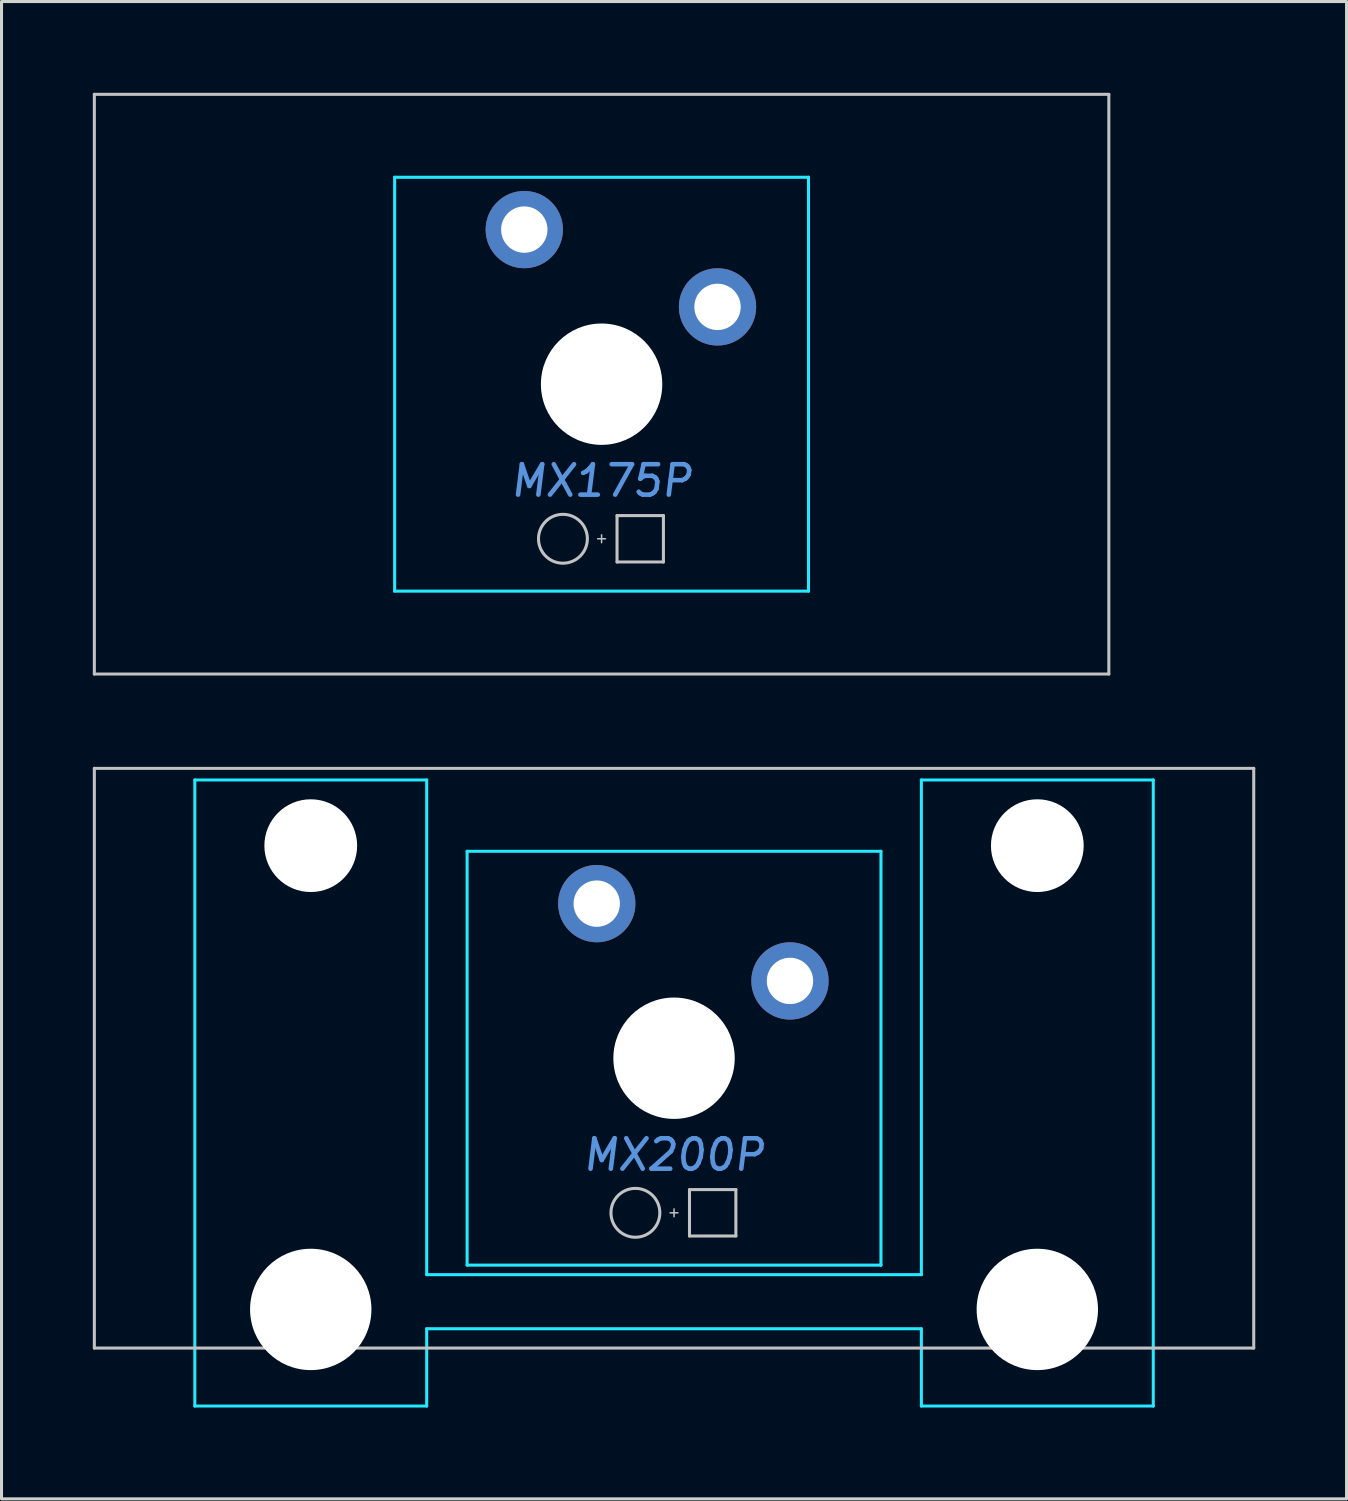
<source format=kicad_pcb>
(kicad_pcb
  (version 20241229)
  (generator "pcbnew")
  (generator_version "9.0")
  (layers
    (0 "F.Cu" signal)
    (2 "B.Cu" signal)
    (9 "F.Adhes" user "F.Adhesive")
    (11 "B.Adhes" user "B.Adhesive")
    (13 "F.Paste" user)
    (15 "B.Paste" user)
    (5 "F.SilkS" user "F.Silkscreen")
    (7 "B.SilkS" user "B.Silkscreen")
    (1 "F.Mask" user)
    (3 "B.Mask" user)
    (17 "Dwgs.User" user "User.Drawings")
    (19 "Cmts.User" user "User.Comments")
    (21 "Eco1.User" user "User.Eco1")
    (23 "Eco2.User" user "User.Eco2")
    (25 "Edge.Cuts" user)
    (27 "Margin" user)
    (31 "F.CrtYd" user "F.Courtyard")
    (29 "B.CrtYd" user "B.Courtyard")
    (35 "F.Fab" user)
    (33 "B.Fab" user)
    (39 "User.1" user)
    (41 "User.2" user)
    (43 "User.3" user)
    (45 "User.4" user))
  (footprint "MX175P"
    (layer "F.Cu")
    (at 16.719 9.575)
    (property "Reference" "MX175P" (at 0 3.175 0) (layer "Cmts.User") (effects (font (size 1 1) (thickness 0.15) (italic yes))))
    (attr through_hole)
    (fp_line (start -16.669 -9.525) (end -16.669 9.525) (stroke (width 0.1) (type solid)) (layer "Dwgs.User"))
    (fp_line (start -16.669 -9.525) (end 16.669 -9.525) (stroke (width 0.1) (type solid)) (layer "Dwgs.User"))
    (fp_line (start -16.669 9.525) (end 16.669 9.525) (stroke (width 0.1) (type solid)) (layer "Dwgs.User"))
    (fp_line (start -0.127 5.08) (end 0.127 5.08) (stroke (width 0.05) (type solid)) (layer "Dwgs.User"))
    (fp_line (start 0 4.953) (end 0 5.207) (stroke (width 0.05) (type solid)) (layer "Dwgs.User"))
    (fp_line (start 0.508 4.318) (end 0.508 5.842) (stroke (width 0.1) (type solid)) (layer "Dwgs.User"))
    (fp_line (start 0.508 4.318) (end 2.032 4.318) (stroke (width 0.1) (type solid)) (layer "Dwgs.User"))
    (fp_line (start 0.508 5.842) (end 2.032 5.842) (stroke (width 0.1) (type solid)) (layer "Dwgs.User"))
    (fp_line (start 2.032 5.842) (end 2.032 4.318) (stroke (width 0.1) (type solid)) (layer "Dwgs.User"))
    (fp_line (start 16.669 -9.525) (end 16.669 9.525) (stroke (width 0.1) (type solid)) (layer "Dwgs.User"))
    (fp_circle (center -1.27 5.08) (end -0.467 5.08) (stroke (width 0.1) (type solid)) (fill no) (layer "Dwgs.User"))
    (fp_line (start -8.001 -5.715) (end -8.001 -3.175) (stroke (width 0.1) (type solid)) (layer "Eco1.User"))
    (fp_line (start -8.001 5.715) (end -8.001 3.175) (stroke (width 0.1) (type solid)) (layer "Eco1.User"))
    (fp_line (start -7.747 -5.969) (end -7.239 -5.969) (stroke (width 0.1) (type solid)) (layer "Eco1.User"))
    (fp_line (start -7.747 -2.921) (end -7.239 -2.921) (stroke (width 0.1) (type solid)) (layer "Eco1.User"))
    (fp_line (start -7.747 2.921) (end -7.239 2.921) (stroke (width 0.1) (type solid)) (layer "Eco1.User"))
    (fp_line (start -7.747 5.969) (end -7.239 5.969) (stroke (width 0.1) (type solid)) (layer "Eco1.User"))
    (fp_line (start -6.985 -6.223) (end -6.985 -6.731) (stroke (width 0.1) (type solid)) (layer "Eco1.User"))
    (fp_line (start -6.985 -2.667) (end -6.985 2.667) (stroke (width 0.1) (type solid)) (layer "Eco1.User"))
    (fp_line (start -6.985 6.223) (end -6.985 6.731) (stroke (width 0.1) (type solid)) (layer "Eco1.User"))
    (fp_line (start -2.159 0) (end 2.159 0) (stroke (width 0.1) (type solid)) (layer "Eco1.User"))
    (fp_line (start 0 -2.286) (end 0 2.286) (stroke (width 0.1) (type solid)) (layer "Eco1.User"))
    (fp_line (start 6.731 -6.985) (end -6.731 -6.985) (stroke (width 0.1) (type solid)) (layer "Eco1.User"))
    (fp_line (start 6.731 6.985) (end -6.731 6.985) (stroke (width 0.1) (type solid)) (layer "Eco1.User"))
    (fp_line (start 6.985 -6.223) (end 6.985 -6.731) (stroke (width 0.1) (type solid)) (layer "Eco1.User"))
    (fp_line (start 6.985 2.667) (end 6.985 -2.667) (stroke (width 0.1) (type solid)) (layer "Eco1.User"))
    (fp_line (start 6.985 6.223) (end 6.985 6.731) (stroke (width 0.1) (type solid)) (layer "Eco1.User"))
    (fp_line (start 7.747 -5.969) (end 7.239 -5.969) (stroke (width 0.1) (type solid)) (layer "Eco1.User"))
    (fp_line (start 7.747 -2.921) (end 7.239 -2.921) (stroke (width 0.1) (type solid)) (layer "Eco1.User"))
    (fp_line (start 7.747 2.921) (end 7.239 2.921) (stroke (width 0.1) (type solid)) (layer "Eco1.User"))
    (fp_line (start 7.747 5.969) (end 7.239 5.969) (stroke (width 0.1) (type solid)) (layer "Eco1.User"))
    (fp_line (start 8.001 -5.715) (end 8.001 -3.175) (stroke (width 0.1) (type solid)) (layer "Eco1.User"))
    (fp_line (start 8.001 5.715) (end 8.001 3.175) (stroke (width 0.1) (type solid)) (layer "Eco1.User"))
    (fp_arc (start -8.001 -5.715) (mid -7.926605 -5.894605) (end -7.747 -5.969) (stroke (width 0.1) (type solid)) (layer "Eco1.User"))
    (fp_arc (start -8.001 3.175) (mid -7.926605 2.995395) (end -7.747 2.921) (stroke (width 0.1) (type solid)) (layer "Eco1.User"))
    (fp_arc (start -7.747 -2.921) (mid -7.926605 -2.995395) (end -8.001 -3.175) (stroke (width 0.1) (type solid)) (layer "Eco1.User"))
    (fp_arc (start -7.747 5.969) (mid -7.926605 5.894605) (end -8.001 5.715) (stroke (width 0.1) (type solid)) (layer "Eco1.User"))
    (fp_arc (start -7.239 -2.921) (mid -7.059395 -2.846605) (end -6.985 -2.667) (stroke (width 0.1) (type solid)) (layer "Eco1.User"))
    (fp_arc (start -7.239 5.969) (mid -7.059395 6.043395) (end -6.985 6.223) (stroke (width 0.1) (type solid)) (layer "Eco1.User"))
    (fp_arc (start -6.985 -6.731) (mid -6.910605 -6.910605) (end -6.731 -6.985) (stroke (width 0.1) (type solid)) (layer "Eco1.User"))
    (fp_arc (start -6.985 -6.223) (mid -7.059395 -6.043395) (end -7.239 -5.969) (stroke (width 0.1) (type solid)) (layer "Eco1.User"))
    (fp_arc (start -6.985 2.667) (mid -7.059395 2.846605) (end -7.239 2.921) (stroke (width 0.1) (type solid)) (layer "Eco1.User"))
    (fp_arc (start -6.731 6.985) (mid -6.910605 6.910605) (end -6.985 6.731) (stroke (width 0.1) (type solid)) (layer "Eco1.User"))
    (fp_arc (start 6.731 -6.985) (mid 6.910605 -6.910605) (end 6.985 -6.731) (stroke (width 0.1) (type solid)) (layer "Eco1.User"))
    (fp_arc (start 6.985 -2.667) (mid 7.059395 -2.846605) (end 7.239 -2.921) (stroke (width 0.1) (type solid)) (layer "Eco1.User"))
    (fp_arc (start 6.985 6.223) (mid 7.059395 6.043395) (end 7.239 5.969) (stroke (width 0.1) (type solid)) (layer "Eco1.User"))
    (fp_arc (start 6.985 6.731) (mid 6.910605 6.910605) (end 6.731 6.985) (stroke (width 0.1) (type solid)) (layer "Eco1.User"))
    (fp_arc (start 7.239 -5.969) (mid 7.059395 -6.043395) (end 6.985 -6.223) (stroke (width 0.1) (type solid)) (layer "Eco1.User"))
    (fp_arc (start 7.239 2.921) (mid 7.059395 2.846605) (end 6.985 2.667) (stroke (width 0.1) (type solid)) (layer "Eco1.User"))
    (fp_arc (start 7.747 -5.969) (mid 7.926605 -5.894605) (end 8.001 -5.715) (stroke (width 0.1) (type solid)) (layer "Eco1.User"))
    (fp_arc (start 7.747 2.921) (mid 7.926605 2.995395) (end 8.001 3.175) (stroke (width 0.1) (type solid)) (layer "Eco1.User"))
    (fp_arc (start 8.001 -3.175) (mid 7.926605 -2.995395) (end 7.747 -2.921) (stroke (width 0.1) (type solid)) (layer "Eco1.User"))
    (fp_arc (start 8.001 5.715) (mid 7.926605 5.894605) (end 7.747 5.969) (stroke (width 0.1) (type solid)) (layer "Eco1.User"))
    (fp_circle (center 0 0) (end 1.905 0) (stroke (width 0.1) (type solid)) (fill no) (layer "Eco1.User"))
    (fp_line (start -6.8 -6.8) (end 6.8 -6.8) (stroke (width 0.1) (type solid)) (layer "B.CrtYd"))
    (fp_line (start -6.8 6.8) (end -6.8 -6.8) (stroke (width 0.1) (type solid)) (layer "B.CrtYd"))
    (fp_line (start -6.8 6.8) (end 6.8 6.8) (stroke (width 0.1) (type solid)) (layer "B.CrtYd"))
    (fp_line (start 6.8 6.8) (end 6.8 -6.8) (stroke (width 0.1) (type solid)) (layer "B.CrtYd"))
    (pad "" np_thru_hole circle (at 0 0) (size 3.988 3.988) (drill 3.988) (layers "*.Cu" "*.Mask"))
    (pad "1" thru_hole circle (at -2.54 -5.08) (size 2.54 2.54) (drill 1.524) (layers "*.Cu" "*.Mask"))
    (pad "2" thru_hole circle (at 3.81 -2.54) (size 2.54 2.54) (drill 1.524) (layers "*.Cu" "*.Mask")))
  (footprint "MX200P"
    (layer "F.Cu")
    (at 19.1 31.725)
    (property "Reference" "MX200P" (at 0 3.175 0) (layer "Cmts.User") (effects (font (size 1 1) (thickness 0.15) (italic yes))))
    (attr through_hole)
    (fp_line (start -19.05 -9.525) (end -19.05 9.525) (stroke (width 0.1) (type solid)) (layer "Dwgs.User"))
    (fp_line (start -19.05 -9.525) (end 19.05 -9.525) (stroke (width 0.1) (type solid)) (layer "Dwgs.User"))
    (fp_line (start -19.05 9.525) (end 19.05 9.525) (stroke (width 0.1) (type solid)) (layer "Dwgs.User"))
    (fp_line (start -0.127 5.08) (end 0.127 5.08) (stroke (width 0.05) (type solid)) (layer "Dwgs.User"))
    (fp_line (start 0 5.207) (end 0 4.953) (stroke (width 0.05) (type solid)) (layer "Dwgs.User"))
    (fp_line (start 0.508 4.318) (end 0.508 5.842) (stroke (width 0.1) (type solid)) (layer "Dwgs.User"))
    (fp_line (start 0.508 4.318) (end 2.032 4.318) (stroke (width 0.1) (type solid)) (layer "Dwgs.User"))
    (fp_line (start 0.508 5.842) (end 2.032 5.842) (stroke (width 0.1) (type solid)) (layer "Dwgs.User"))
    (fp_line (start 2.032 5.842) (end 2.032 4.318) (stroke (width 0.1) (type solid)) (layer "Dwgs.User"))
    (fp_line (start 19.05 -9.525) (end 19.05 9.525) (stroke (width 0.1) (type solid)) (layer "Dwgs.User"))
    (fp_circle (center -1.27 5.08) (end -0.467 5.08) (stroke (width 0.1) (type solid)) (fill no) (layer "Dwgs.User"))
    (fp_line (start -17.17 -0.889) (end -17.17 -2.921) (stroke (width 0.1) (type solid)) (layer "Eco1.User"))
    (fp_line (start -16.789 -3.302) (end -16.535 -3.302) (stroke (width 0.1) (type solid)) (layer "Eco1.User"))
    (fp_line (start -16.535 -0.508) (end -16.789 -0.508) (stroke (width 0.1) (type solid)) (layer "Eco1.User"))
    (fp_line (start -16.154 -3.683) (end -16.154 -5.309) (stroke (width 0.1) (type solid)) (layer "Eco1.User"))
    (fp_line (start -16.154 6.223) (end -16.154 -0.127) (stroke (width 0.1) (type solid)) (layer "Eco1.User"))
    (fp_line (start -15.773 -5.69) (end -9.881 -5.69) (stroke (width 0.1) (type solid)) (layer "Eco1.User"))
    (fp_line (start -14.732 6.604) (end -15.773 6.604) (stroke (width 0.1) (type solid)) (layer "Eco1.User"))
    (fp_line (start -14.351 7.391) (end -14.351 6.985) (stroke (width 0.1) (type solid)) (layer "Eco1.User"))
    (fp_line (start -11.684 7.772) (end -13.97 7.772) (stroke (width 0.1) (type solid)) (layer "Eco1.User"))
    (fp_line (start -11.303 6.985) (end -11.303 7.391) (stroke (width 0.1) (type solid)) (layer "Eco1.User"))
    (fp_line (start -9.881 6.604) (end -10.922 6.604) (stroke (width 0.1) (type solid)) (layer "Eco1.User"))
    (fp_line (start -9.5 -5.309) (end -9.5 -5.258) (stroke (width 0.1) (type solid)) (layer "Eco1.User"))
    (fp_line (start -9.5 6.198) (end -9.5 6.223) (stroke (width 0.1) (type solid)) (layer "Eco1.User"))
    (fp_line (start -9.119 -4.877) (end -7.366 -4.877) (stroke (width 0.1) (type solid)) (layer "Eco1.User"))
    (fp_line (start -7.366 5.817) (end -9.119 5.817) (stroke (width 0.1) (type solid)) (layer "Eco1.User"))
    (fp_line (start -6.985 -5.258) (end -6.985 -6.604) (stroke (width 0.1) (type solid)) (layer "Eco1.User"))
    (fp_line (start -6.985 6.604) (end -6.985 6.197) (stroke (width 0.1) (type solid)) (layer "Eco1.User"))
    (fp_line (start -6.604 -6.985) (end 6.604 -6.985) (stroke (width 0.1) (type solid)) (layer "Eco1.User"))
    (fp_line (start 0 -2.159) (end 0 2.159) (stroke (width 0.1) (type solid)) (layer "Eco1.User"))
    (fp_line (start 2.159 0) (end -2.159 0) (stroke (width 0.1) (type solid)) (layer "Eco1.User"))
    (fp_line (start 6.604 6.985) (end -6.604 6.985) (stroke (width 0.1) (type solid)) (layer "Eco1.User"))
    (fp_line (start 6.985 -5.258) (end 6.985 -6.604) (stroke (width 0.1) (type solid)) (layer "Eco1.User"))
    (fp_line (start 6.985 6.604) (end 6.985 6.197) (stroke (width 0.1) (type solid)) (layer "Eco1.User"))
    (fp_line (start 7.366 5.817) (end 9.119 5.817) (stroke (width 0.1) (type solid)) (layer "Eco1.User"))
    (fp_line (start 9.119 -4.877) (end 7.366 -4.877) (stroke (width 0.1) (type solid)) (layer "Eco1.User"))
    (fp_line (start 9.5 -5.309) (end 9.5 -5.258) (stroke (width 0.1) (type solid)) (layer "Eco1.User"))
    (fp_line (start 9.5 6.198) (end 9.5 6.223) (stroke (width 0.1) (type solid)) (layer "Eco1.User"))
    (fp_line (start 9.881 6.604) (end 10.922 6.604) (stroke (width 0.1) (type solid)) (layer "Eco1.User"))
    (fp_line (start 11.303 6.985) (end 11.303 7.391) (stroke (width 0.1) (type solid)) (layer "Eco1.User"))
    (fp_line (start 11.684 7.772) (end 13.97 7.772) (stroke (width 0.1) (type solid)) (layer "Eco1.User"))
    (fp_line (start 14.351 7.391) (end 14.351 6.985) (stroke (width 0.1) (type solid)) (layer "Eco1.User"))
    (fp_line (start 14.732 6.604) (end 15.773 6.604) (stroke (width 0.1) (type solid)) (layer "Eco1.User"))
    (fp_line (start 15.773 -5.69) (end 9.881 -5.69) (stroke (width 0.1) (type solid)) (layer "Eco1.User"))
    (fp_line (start 16.154 -3.683) (end 16.154 -5.309) (stroke (width 0.1) (type solid)) (layer "Eco1.User"))
    (fp_line (start 16.154 6.223) (end 16.154 -0.127) (stroke (width 0.1) (type solid)) (layer "Eco1.User"))
    (fp_line (start 16.535 -0.508) (end 16.789 -0.508) (stroke (width 0.1) (type solid)) (layer "Eco1.User"))
    (fp_line (start 16.789 -3.302) (end 16.535 -3.302) (stroke (width 0.1) (type solid)) (layer "Eco1.User"))
    (fp_line (start 17.17 -0.889) (end 17.17 -2.921) (stroke (width 0.1) (type solid)) (layer "Eco1.User"))
    (fp_arc (start -17.1704 -2.921) (mid -17.058808 -3.190408) (end -16.7894 -3.302) (stroke (width 0.1) (type solid)) (layer "Eco1.User"))
    (fp_arc (start -16.7894 -0.508) (mid -17.058808 -0.619592) (end -17.1704 -0.889) (stroke (width 0.1) (type solid)) (layer "Eco1.User"))
    (fp_arc (start -16.5354 -0.508) (mid -16.265992 -0.396408) (end -16.1544 -0.127) (stroke (width 0.1) (type solid)) (layer "Eco1.User"))
    (fp_arc (start -16.1544 -5.3086) (mid -16.042808 -5.578008) (end -15.7734 -5.6896) (stroke (width 0.1) (type solid)) (layer "Eco1.User"))
    (fp_arc (start -16.1544 -3.683) (mid -16.265992 -3.413592) (end -16.5354 -3.302) (stroke (width 0.1) (type solid)) (layer "Eco1.User"))
    (fp_arc (start -15.7734 6.604) (mid -16.042808 6.492408) (end -16.1544 6.223) (stroke (width 0.1) (type solid)) (layer "Eco1.User"))
    (fp_arc (start -14.732 6.604) (mid -14.462592 6.715592) (end -14.351 6.985) (stroke (width 0.1) (type solid)) (layer "Eco1.User"))
    (fp_arc (start -13.97 7.7724) (mid -14.239408 7.660808) (end -14.351 7.3914) (stroke (width 0.1) (type solid)) (layer "Eco1.User"))
    (fp_arc (start -11.303 6.985) (mid -11.191408 6.715592) (end -10.922 6.604) (stroke (width 0.1) (type solid)) (layer "Eco1.User"))
    (fp_arc (start -11.303 7.3914) (mid -11.414592 7.660808) (end -11.684 7.7724) (stroke (width 0.1) (type solid)) (layer "Eco1.User"))
    (fp_arc (start -9.8806 -5.6896) (mid -9.611192 -5.578008) (end -9.4996 -5.3086) (stroke (width 0.1) (type solid)) (layer "Eco1.User"))
    (fp_arc (start -9.4996 6.1976) (mid -9.388008 5.928192) (end -9.1186 5.8166) (stroke (width 0.1) (type solid)) (layer "Eco1.User"))
    (fp_arc (start -9.4996 6.223) (mid -9.611192 6.492408) (end -9.8806 6.604) (stroke (width 0.1) (type solid)) (layer "Eco1.User"))
    (fp_arc (start -9.1186 -4.8768) (mid -9.388008 -4.988392) (end -9.4996 -5.2578) (stroke (width 0.1) (type solid)) (layer "Eco1.User"))
    (fp_arc (start -7.366 5.8166) (mid -7.096592 5.928192) (end -6.985 6.1976) (stroke (width 0.1) (type solid)) (layer "Eco1.User"))
    (fp_arc (start -6.985 -6.604) (mid -6.873408 -6.873408) (end -6.604 -6.985) (stroke (width 0.1) (type solid)) (layer "Eco1.User"))
    (fp_arc (start -6.985 -5.2578) (mid -7.096592 -4.988392) (end -7.366 -4.8768) (stroke (width 0.1) (type solid)) (layer "Eco1.User"))
    (fp_arc (start -6.604 6.985) (mid -6.873408 6.873408) (end -6.985 6.604) (stroke (width 0.1) (type solid)) (layer "Eco1.User"))
    (fp_arc (start 6.604 -6.985) (mid 6.873408 -6.873408) (end 6.985 -6.604) (stroke (width 0.1) (type solid)) (layer "Eco1.User"))
    (fp_arc (start 6.985 6.1976) (mid 7.096592 5.928192) (end 7.366 5.8166) (stroke (width 0.1) (type solid)) (layer "Eco1.User"))
    (fp_arc (start 6.985 6.604) (mid 6.873408 6.873408) (end 6.604 6.985) (stroke (width 0.1) (type solid)) (layer "Eco1.User"))
    (fp_arc (start 7.366 -4.8768) (mid 7.096592 -4.988392) (end 6.985 -5.2578) (stroke (width 0.1) (type solid)) (layer "Eco1.User"))
    (fp_arc (start 9.1186 5.8166) (mid 9.388008 5.928192) (end 9.4996 6.1976) (stroke (width 0.1) (type solid)) (layer "Eco1.User"))
    (fp_arc (start 9.4996 -5.3086) (mid 9.611192 -5.578008) (end 9.8806 -5.6896) (stroke (width 0.1) (type solid)) (layer "Eco1.User"))
    (fp_arc (start 9.4996 -5.2578) (mid 9.388008 -4.988392) (end 9.1186 -4.8768) (stroke (width 0.1) (type solid)) (layer "Eco1.User"))
    (fp_arc (start 9.8806 6.604) (mid 9.611192 6.492408) (end 9.4996 6.223) (stroke (width 0.1) (type solid)) (layer "Eco1.User"))
    (fp_arc (start 10.922 6.604) (mid 11.191408 6.715592) (end 11.303 6.985) (stroke (width 0.1) (type solid)) (layer "Eco1.User"))
    (fp_arc (start 11.684 7.7724) (mid 11.414592 7.660808) (end 11.303 7.3914) (stroke (width 0.1) (type solid)) (layer "Eco1.User"))
    (fp_arc (start 14.351 6.985) (mid 14.462592 6.715592) (end 14.732 6.604) (stroke (width 0.1) (type solid)) (layer "Eco1.User"))
    (fp_arc (start 14.351 7.3914) (mid 14.239408 7.660808) (end 13.97 7.7724) (stroke (width 0.1) (type solid)) (layer "Eco1.User"))
    (fp_arc (start 15.7734 -5.6896) (mid 16.042808 -5.578008) (end 16.1544 -5.3086) (stroke (width 0.1) (type solid)) (layer "Eco1.User"))
    (fp_arc (start 16.1544 -0.127) (mid 16.265992 -0.396408) (end 16.5354 -0.508) (stroke (width 0.1) (type solid)) (layer "Eco1.User"))
    (fp_arc (start 16.1544 6.223) (mid 16.042808 6.492408) (end 15.7734 6.604) (stroke (width 0.1) (type solid)) (layer "Eco1.User"))
    (fp_arc (start 16.5354 -3.302) (mid 16.265992 -3.413592) (end 16.1544 -3.683) (stroke (width 0.1) (type solid)) (layer "Eco1.User"))
    (fp_arc (start 16.7894 -3.302) (mid 17.058808 -3.190408) (end 17.1704 -2.921) (stroke (width 0.1) (type solid)) (layer "Eco1.User"))
    (fp_arc (start 17.1704 -0.889) (mid 17.058808 -0.619592) (end 16.7894 -0.508) (stroke (width 0.1) (type solid)) (layer "Eco1.User"))
    (fp_circle (center 0 0) (end 1.994 0) (stroke (width 0.1) (type solid)) (fill no) (layer "Eco1.User"))
    (fp_line (start -15.748 -9.144) (end -8.128 -9.144) (stroke (width 0.1) (type solid)) (layer "B.CrtYd"))
    (fp_line (start -15.748 11.43) (end -15.748 -9.144) (stroke (width 0.1) (type solid)) (layer "B.CrtYd"))
    (fp_line (start -8.128 -9.144) (end -8.128 7.112) (stroke (width 0.1) (type solid)) (layer "B.CrtYd"))
    (fp_line (start -8.128 7.112) (end 8.128 7.112) (stroke (width 0.1) (type solid)) (layer "B.CrtYd"))
    (fp_line (start -8.128 8.89) (end 8.128 8.89) (stroke (width 0.1) (type solid)) (layer "B.CrtYd"))
    (fp_line (start -8.128 11.43) (end -15.748 11.43) (stroke (width 0.1) (type solid)) (layer "B.CrtYd"))
    (fp_line (start -8.128 11.43) (end -8.128 8.89) (stroke (width 0.1) (type solid)) (layer "B.CrtYd"))
    (fp_line (start -6.8 6.8) (end -6.8 -6.8) (stroke (width 0.1) (type solid)) (layer "B.CrtYd"))
    (fp_line (start 6.8 -6.8) (end -6.8 -6.8) (stroke (width 0.1) (type solid)) (layer "B.CrtYd"))
    (fp_line (start 6.8 6.8) (end -6.8 6.8) (stroke (width 0.1) (type solid)) (layer "B.CrtYd"))
    (fp_line (start 6.8 6.8) (end 6.8 -6.8) (stroke (width 0.1) (type solid)) (layer "B.CrtYd"))
    (fp_line (start 8.128 -9.144) (end 8.128 7.112) (stroke (width 0.1) (type solid)) (layer "B.CrtYd"))
    (fp_line (start 8.128 -9.144) (end 15.748 -9.144) (stroke (width 0.1) (type solid)) (layer "B.CrtYd"))
    (fp_line (start 8.128 11.43) (end 8.128 8.89) (stroke (width 0.1) (type solid)) (layer "B.CrtYd"))
    (fp_line (start 15.748 -9.144) (end 15.748 11.43) (stroke (width 0.1) (type solid)) (layer "B.CrtYd"))
    (fp_line (start 15.748 11.43) (end 8.128 11.43) (stroke (width 0.1) (type solid)) (layer "B.CrtYd"))
    (pad "" np_thru_hole circle (at -11.938 -6.985) (size 3.048 3.048) (drill 3.048) (layers "*.Cu" "*.Mask"))
    (pad "" np_thru_hole circle (at -11.938 8.255) (size 3.988 3.988) (drill 3.988) (layers "*.Cu" "*.Mask"))
    (pad "" np_thru_hole circle (at 0 0) (size 3.988 3.988) (drill 3.988) (layers "*.Cu" "*.Mask"))
    (pad "" np_thru_hole circle (at 11.938 -6.985) (size 3.048 3.048) (drill 3.048) (layers "*.Cu" "*.Mask"))
    (pad "" np_thru_hole circle (at 11.938 8.255) (size 3.988 3.988) (drill 3.988) (layers "*.Cu" "*.Mask"))
    (pad "1" thru_hole circle (at -2.54 -5.08) (size 2.54 2.54) (drill 1.524) (layers "*.Cu" "*.Mask"))
    (pad "2" thru_hole circle (at 3.81 -2.54) (size 2.54 2.54) (drill 1.524) (layers "*.Cu" "*.Mask")))
  (gr_rect
    (start -3 -3)
    (end 41.2 46.205)
    (stroke (width 0.1) (type default))
    (fill no)
    (layer "Edge.Cuts")))
</source>
